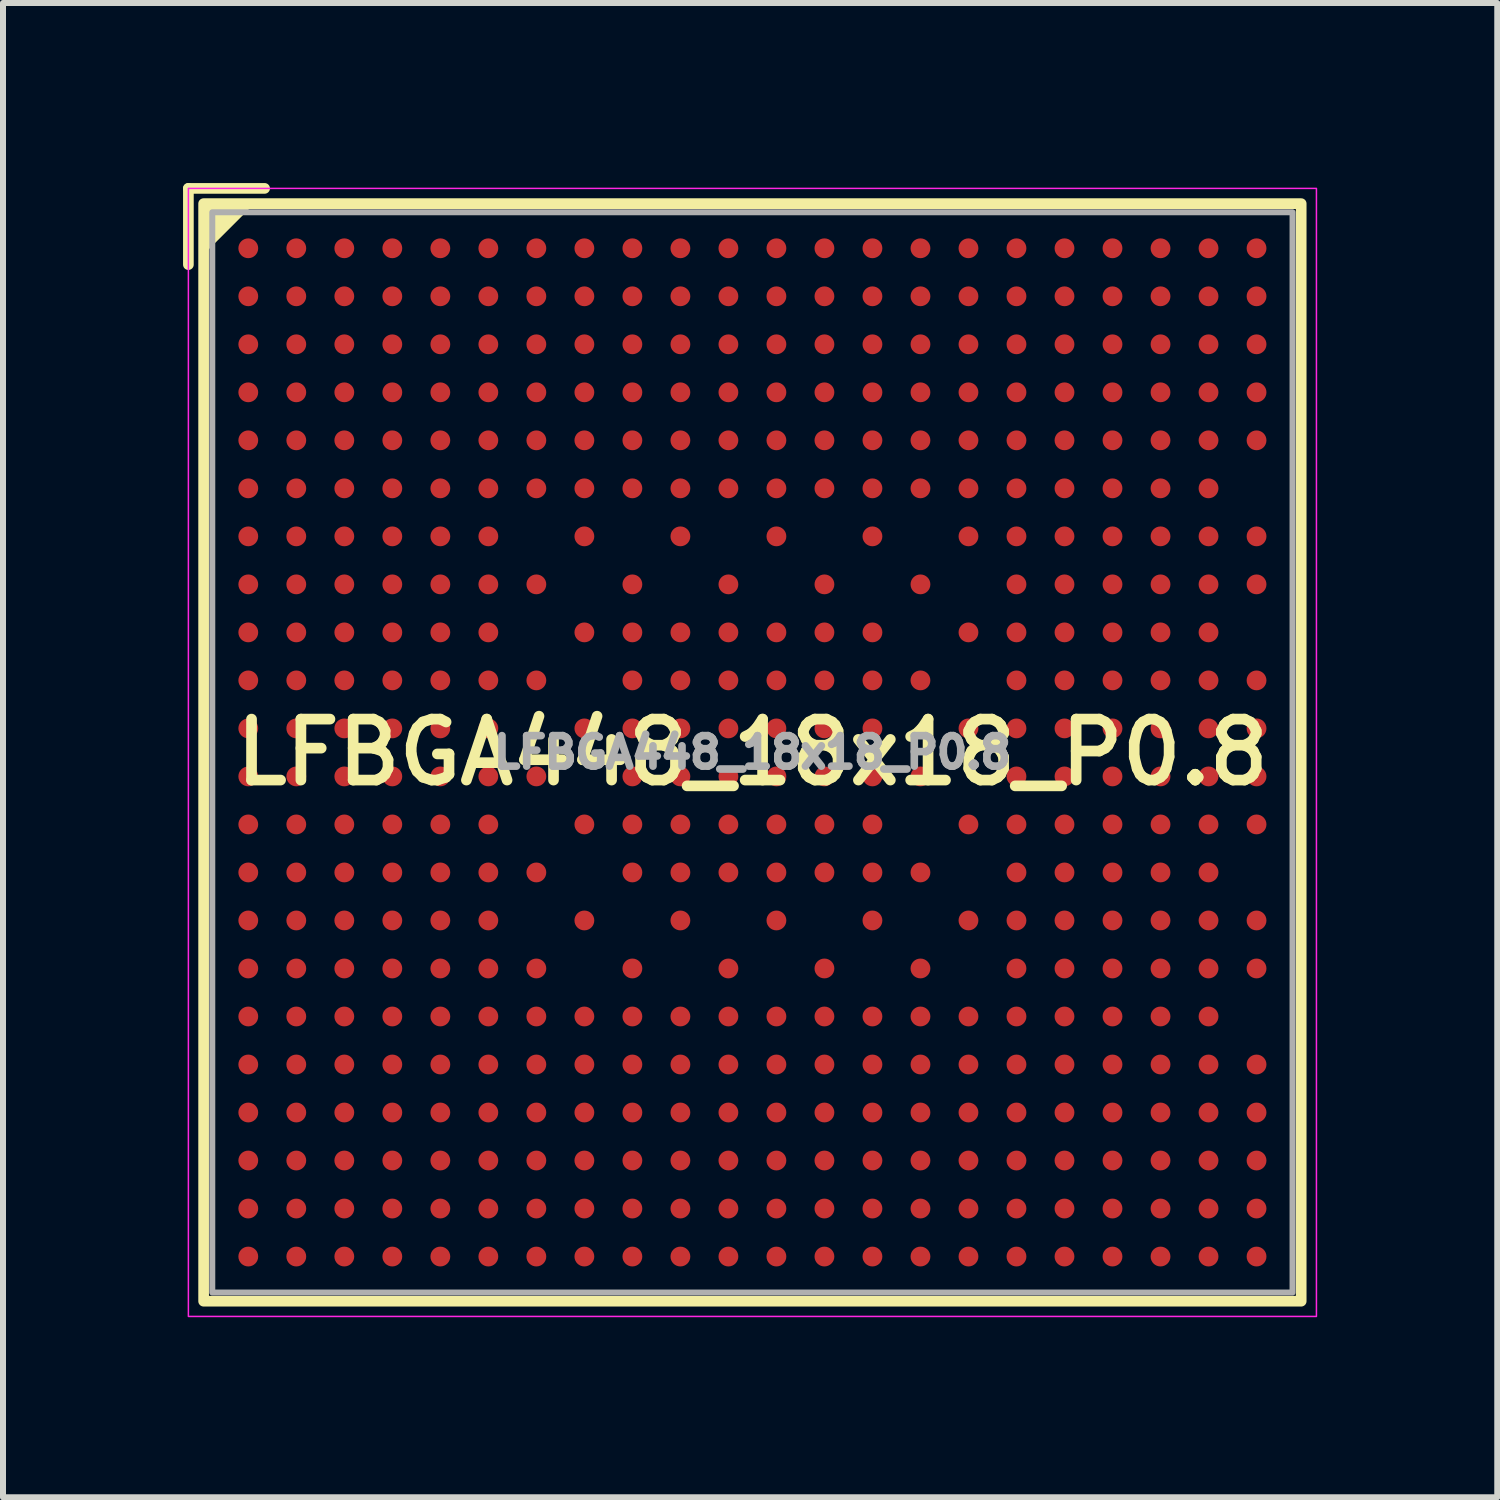
<source format=kicad_pcb>
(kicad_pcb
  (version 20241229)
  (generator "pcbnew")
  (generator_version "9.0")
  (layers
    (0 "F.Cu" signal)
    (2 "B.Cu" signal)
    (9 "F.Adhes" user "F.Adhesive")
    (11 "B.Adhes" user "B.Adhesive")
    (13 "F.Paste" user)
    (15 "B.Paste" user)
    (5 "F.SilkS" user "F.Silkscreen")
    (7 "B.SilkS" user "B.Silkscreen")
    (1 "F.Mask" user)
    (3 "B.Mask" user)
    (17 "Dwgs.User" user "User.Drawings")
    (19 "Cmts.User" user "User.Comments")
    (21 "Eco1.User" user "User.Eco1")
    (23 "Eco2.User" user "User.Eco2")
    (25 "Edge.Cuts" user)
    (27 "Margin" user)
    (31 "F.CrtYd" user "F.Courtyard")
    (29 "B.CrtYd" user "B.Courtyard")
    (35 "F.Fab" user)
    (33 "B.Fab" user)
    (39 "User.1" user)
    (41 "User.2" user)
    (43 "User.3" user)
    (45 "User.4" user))
  (footprint "LFBGA448_18x18_P0.8"
    (layer "F.Cu")
    (at 9.487 9.487)
    (property "Reference" "LFBGA448_18x18_P0.8" (at 0 0 0) (layer "F.SilkS") (effects (font (size 1.016 1.016) (thickness 0.178))))
    (attr smd)
    (fp_line (start -9.398 -8.128) (end -9.398 -9.398) (stroke (width 0.178) (type solid)) (layer "F.SilkS"))
    (fp_line (start -8.128 -9.398) (end -9.398 -9.398) (stroke (width 0.178) (type solid)) (layer "F.SilkS"))
    (fp_rect (start -9.144 9.144) (end 9.144 -9.144) (stroke (width 0.178) (type solid)) (fill no) (layer "F.SilkS"))
    (fp_poly (pts (xy -9.144 -8.382) (xy -9.144 -9.144) (xy -8.382 -9.144)) (stroke (width 0.12) (type solid)) (fill yes) (layer "F.SilkS"))
    (fp_rect (start 9.398 -9.398) (end -9.398 9.398) (stroke (width 0.025) (type solid)) (fill no) (layer "F.CrtYd"))
    (fp_rect (start -9 9) (end 9 -9) (stroke (width 0.1) (type solid)) (fill no) (layer "F.Fab"))
    (fp_text user "${REFERENCE}" (at 0 0 0) (layer "F.Fab") (effects (font (size 0.508 0.508) (thickness 0.127))))
    (pad "A1" smd circle (at -8.4 -8.4) (size 0.33 0.33) (layers "F.Cu" "F.Mask" "F.Paste"))
    (pad "A2" smd circle (at -7.6 -8.4) (size 0.33 0.33) (layers "F.Cu" "F.Mask" "F.Paste"))
    (pad "A3" smd circle (at -6.8 -8.4) (size 0.33 0.33) (layers "F.Cu" "F.Mask" "F.Paste"))
    (pad "A4" smd circle (at -6 -8.4) (size 0.33 0.33) (layers "F.Cu" "F.Mask" "F.Paste"))
    (pad "A5" smd circle (at -5.2 -8.4) (size 0.33 0.33) (layers "F.Cu" "F.Mask" "F.Paste"))
    (pad "A6" smd circle (at -4.4 -8.4) (size 0.33 0.33) (layers "F.Cu" "F.Mask" "F.Paste"))
    (pad "A7" smd circle (at -3.6 -8.4) (size 0.33 0.33) (layers "F.Cu" "F.Mask" "F.Paste"))
    (pad "A8" smd circle (at -2.8 -8.4) (size 0.33 0.33) (layers "F.Cu" "F.Mask" "F.Paste"))
    (pad "A9" smd circle (at -2 -8.4) (size 0.33 0.33) (layers "F.Cu" "F.Mask" "F.Paste"))
    (pad "A10" smd circle (at -1.2 -8.4) (size 0.33 0.33) (layers "F.Cu" "F.Mask" "F.Paste"))
    (pad "A11" smd circle (at -0.4 -8.4) (size 0.33 0.33) (layers "F.Cu" "F.Mask" "F.Paste"))
    (pad "A12" smd circle (at 0.4 -8.4) (size 0.33 0.33) (layers "F.Cu" "F.Mask" "F.Paste"))
    (pad "A13" smd circle (at 1.2 -8.4) (size 0.33 0.33) (layers "F.Cu" "F.Mask" "F.Paste"))
    (pad "A14" smd circle (at 2 -8.4) (size 0.33 0.33) (layers "F.Cu" "F.Mask" "F.Paste"))
    (pad "A15" smd circle (at 2.8 -8.4) (size 0.33 0.33) (layers "F.Cu" "F.Mask" "F.Paste"))
    (pad "A16" smd circle (at 3.6 -8.4) (size 0.33 0.33) (layers "F.Cu" "F.Mask" "F.Paste"))
    (pad "A17" smd circle (at 4.4 -8.4) (size 0.33 0.33) (layers "F.Cu" "F.Mask" "F.Paste"))
    (pad "A18" smd circle (at 5.2 -8.4) (size 0.33 0.33) (layers "F.Cu" "F.Mask" "F.Paste"))
    (pad "A19" smd circle (at 6 -8.4) (size 0.33 0.33) (layers "F.Cu" "F.Mask" "F.Paste"))
    (pad "A20" smd circle (at 6.8 -8.4) (size 0.33 0.33) (layers "F.Cu" "F.Mask" "F.Paste"))
    (pad "A21" smd circle (at 7.6 -8.4) (size 0.33 0.33) (layers "F.Cu" "F.Mask" "F.Paste"))
    (pad "A22" smd circle (at 8.4 -8.4) (size 0.33 0.33) (layers "F.Cu" "F.Mask" "F.Paste"))
    (pad "AA1" smd circle (at -8.4 7.6) (size 0.33 0.33) (layers "F.Cu" "F.Mask" "F.Paste"))
    (pad "AA2" smd circle (at -7.6 7.6) (size 0.33 0.33) (layers "F.Cu" "F.Mask" "F.Paste"))
    (pad "AA3" smd circle (at -6.8 7.6) (size 0.33 0.33) (layers "F.Cu" "F.Mask" "F.Paste"))
    (pad "AA4" smd circle (at -6 7.6) (size 0.33 0.33) (layers "F.Cu" "F.Mask" "F.Paste"))
    (pad "AA5" smd circle (at -5.2 7.6) (size 0.33 0.33) (layers "F.Cu" "F.Mask" "F.Paste"))
    (pad "AA6" smd circle (at -4.4 7.6) (size 0.33 0.33) (layers "F.Cu" "F.Mask" "F.Paste"))
    (pad "AA7" smd circle (at -3.6 7.6) (size 0.33 0.33) (layers "F.Cu" "F.Mask" "F.Paste"))
    (pad "AA8" smd circle (at -2.8 7.6) (size 0.33 0.33) (layers "F.Cu" "F.Mask" "F.Paste"))
    (pad "AA9" smd circle (at -2 7.6) (size 0.33 0.33) (layers "F.Cu" "F.Mask" "F.Paste"))
    (pad "AA10" smd circle (at -1.2 7.6) (size 0.33 0.33) (layers "F.Cu" "F.Mask" "F.Paste"))
    (pad "AA11" smd circle (at -0.4 7.6) (size 0.33 0.33) (layers "F.Cu" "F.Mask" "F.Paste"))
    (pad "AA12" smd circle (at 0.4 7.6) (size 0.33 0.33) (layers "F.Cu" "F.Mask" "F.Paste"))
    (pad "AA13" smd circle (at 1.2 7.6) (size 0.33 0.33) (layers "F.Cu" "F.Mask" "F.Paste"))
    (pad "AA14" smd circle (at 2 7.6) (size 0.33 0.33) (layers "F.Cu" "F.Mask" "F.Paste"))
    (pad "AA15" smd circle (at 2.8 7.6) (size 0.33 0.33) (layers "F.Cu" "F.Mask" "F.Paste"))
    (pad "AA16" smd circle (at 3.6 7.6) (size 0.33 0.33) (layers "F.Cu" "F.Mask" "F.Paste"))
    (pad "AA17" smd circle (at 4.4 7.6) (size 0.33 0.33) (layers "F.Cu" "F.Mask" "F.Paste"))
    (pad "AA18" smd circle (at 5.2 7.6) (size 0.33 0.33) (layers "F.Cu" "F.Mask" "F.Paste"))
    (pad "AA19" smd circle (at 6 7.6) (size 0.33 0.33) (layers "F.Cu" "F.Mask" "F.Paste"))
    (pad "AA20" smd circle (at 6.8 7.6) (size 0.33 0.33) (layers "F.Cu" "F.Mask" "F.Paste"))
    (pad "AA21" smd circle (at 7.6 7.6) (size 0.33 0.33) (layers "F.Cu" "F.Mask" "F.Paste"))
    (pad "AA22" smd circle (at 8.4 7.6) (size 0.33 0.33) (layers "F.Cu" "F.Mask" "F.Paste"))
    (pad "AB1" smd circle (at -8.4 8.4) (size 0.33 0.33) (layers "F.Cu" "F.Mask" "F.Paste"))
    (pad "AB2" smd circle (at -7.6 8.4) (size 0.33 0.33) (layers "F.Cu" "F.Mask" "F.Paste"))
    (pad "AB3" smd circle (at -6.8 8.4) (size 0.33 0.33) (layers "F.Cu" "F.Mask" "F.Paste"))
    (pad "AB4" smd circle (at -6 8.4) (size 0.33 0.33) (layers "F.Cu" "F.Mask" "F.Paste"))
    (pad "AB5" smd circle (at -5.2 8.4) (size 0.33 0.33) (layers "F.Cu" "F.Mask" "F.Paste"))
    (pad "AB6" smd circle (at -4.4 8.4) (size 0.33 0.33) (layers "F.Cu" "F.Mask" "F.Paste"))
    (pad "AB7" smd circle (at -3.6 8.4) (size 0.33 0.33) (layers "F.Cu" "F.Mask" "F.Paste"))
    (pad "AB8" smd circle (at -2.8 8.4) (size 0.33 0.33) (layers "F.Cu" "F.Mask" "F.Paste"))
    (pad "AB9" smd circle (at -2 8.4) (size 0.33 0.33) (layers "F.Cu" "F.Mask" "F.Paste"))
    (pad "AB10" smd circle (at -1.2 8.4) (size 0.33 0.33) (layers "F.Cu" "F.Mask" "F.Paste"))
    (pad "AB11" smd circle (at -0.4 8.4) (size 0.33 0.33) (layers "F.Cu" "F.Mask" "F.Paste"))
    (pad "AB12" smd circle (at 0.4 8.4) (size 0.33 0.33) (layers "F.Cu" "F.Mask" "F.Paste"))
    (pad "AB13" smd circle (at 1.2 8.4) (size 0.33 0.33) (layers "F.Cu" "F.Mask" "F.Paste"))
    (pad "AB14" smd circle (at 2 8.4) (size 0.33 0.33) (layers "F.Cu" "F.Mask" "F.Paste"))
    (pad "AB15" smd circle (at 2.8 8.4) (size 0.33 0.33) (layers "F.Cu" "F.Mask" "F.Paste"))
    (pad "AB16" smd circle (at 3.6 8.4) (size 0.33 0.33) (layers "F.Cu" "F.Mask" "F.Paste"))
    (pad "AB17" smd circle (at 4.4 8.4) (size 0.33 0.33) (layers "F.Cu" "F.Mask" "F.Paste"))
    (pad "AB18" smd circle (at 5.2 8.4) (size 0.33 0.33) (layers "F.Cu" "F.Mask" "F.Paste"))
    (pad "AB19" smd circle (at 6 8.4) (size 0.33 0.33) (layers "F.Cu" "F.Mask" "F.Paste"))
    (pad "AB20" smd circle (at 6.8 8.4) (size 0.33 0.33) (layers "F.Cu" "F.Mask" "F.Paste"))
    (pad "AB21" smd circle (at 7.6 8.4) (size 0.33 0.33) (layers "F.Cu" "F.Mask" "F.Paste"))
    (pad "AB22" smd circle (at 8.4 8.4) (size 0.33 0.33) (layers "F.Cu" "F.Mask" "F.Paste"))
    (pad "B1" smd circle (at -8.4 -7.6) (size 0.33 0.33) (layers "F.Cu" "F.Mask" "F.Paste"))
    (pad "B2" smd circle (at -7.6 -7.6) (size 0.33 0.33) (layers "F.Cu" "F.Mask" "F.Paste"))
    (pad "B3" smd circle (at -6.8 -7.6) (size 0.33 0.33) (layers "F.Cu" "F.Mask" "F.Paste"))
    (pad "B4" smd circle (at -6 -7.6) (size 0.33 0.33) (layers "F.Cu" "F.Mask" "F.Paste"))
    (pad "B5" smd circle (at -5.2 -7.6) (size 0.33 0.33) (layers "F.Cu" "F.Mask" "F.Paste"))
    (pad "B6" smd circle (at -4.4 -7.6) (size 0.33 0.33) (layers "F.Cu" "F.Mask" "F.Paste"))
    (pad "B7" smd circle (at -3.6 -7.6) (size 0.33 0.33) (layers "F.Cu" "F.Mask" "F.Paste"))
    (pad "B8" smd circle (at -2.8 -7.6) (size 0.33 0.33) (layers "F.Cu" "F.Mask" "F.Paste"))
    (pad "B9" smd circle (at -2 -7.6) (size 0.33 0.33) (layers "F.Cu" "F.Mask" "F.Paste"))
    (pad "B10" smd circle (at -1.2 -7.6) (size 0.33 0.33) (layers "F.Cu" "F.Mask" "F.Paste"))
    (pad "B11" smd circle (at -0.4 -7.6) (size 0.33 0.33) (layers "F.Cu" "F.Mask" "F.Paste"))
    (pad "B12" smd circle (at 0.4 -7.6) (size 0.33 0.33) (layers "F.Cu" "F.Mask" "F.Paste"))
    (pad "B13" smd circle (at 1.2 -7.6) (size 0.33 0.33) (layers "F.Cu" "F.Mask" "F.Paste"))
    (pad "B14" smd circle (at 2 -7.6) (size 0.33 0.33) (layers "F.Cu" "F.Mask" "F.Paste"))
    (pad "B15" smd circle (at 2.8 -7.6) (size 0.33 0.33) (layers "F.Cu" "F.Mask" "F.Paste"))
    (pad "B16" smd circle (at 3.6 -7.6) (size 0.33 0.33) (layers "F.Cu" "F.Mask" "F.Paste"))
    (pad "B17" smd circle (at 4.4 -7.6) (size 0.33 0.33) (layers "F.Cu" "F.Mask" "F.Paste"))
    (pad "B18" smd circle (at 5.2 -7.6) (size 0.33 0.33) (layers "F.Cu" "F.Mask" "F.Paste"))
    (pad "B19" smd circle (at 6 -7.6) (size 0.33 0.33) (layers "F.Cu" "F.Mask" "F.Paste"))
    (pad "B20" smd circle (at 6.8 -7.6) (size 0.33 0.33) (layers "F.Cu" "F.Mask" "F.Paste"))
    (pad "B21" smd circle (at 7.6 -7.6) (size 0.33 0.33) (layers "F.Cu" "F.Mask" "F.Paste"))
    (pad "B22" smd circle (at 8.4 -7.6) (size 0.33 0.33) (layers "F.Cu" "F.Mask" "F.Paste"))
    (pad "C1" smd circle (at -8.4 -6.8) (size 0.33 0.33) (layers "F.Cu" "F.Mask" "F.Paste"))
    (pad "C2" smd circle (at -7.6 -6.8) (size 0.33 0.33) (layers "F.Cu" "F.Mask" "F.Paste"))
    (pad "C3" smd circle (at -6.8 -6.8) (size 0.33 0.33) (layers "F.Cu" "F.Mask" "F.Paste"))
    (pad "C4" smd circle (at -6 -6.8) (size 0.33 0.33) (layers "F.Cu" "F.Mask" "F.Paste"))
    (pad "C5" smd circle (at -5.2 -6.8) (size 0.33 0.33) (layers "F.Cu" "F.Mask" "F.Paste"))
    (pad "C6" smd circle (at -4.4 -6.8) (size 0.33 0.33) (layers "F.Cu" "F.Mask" "F.Paste"))
    (pad "C7" smd circle (at -3.6 -6.8) (size 0.33 0.33) (layers "F.Cu" "F.Mask" "F.Paste"))
    (pad "C8" smd circle (at -2.8 -6.8) (size 0.33 0.33) (layers "F.Cu" "F.Mask" "F.Paste"))
    (pad "C9" smd circle (at -2 -6.8) (size 0.33 0.33) (layers "F.Cu" "F.Mask" "F.Paste"))
    (pad "C10" smd circle (at -1.2 -6.8) (size 0.33 0.33) (layers "F.Cu" "F.Mask" "F.Paste"))
    (pad "C11" smd circle (at -0.4 -6.8) (size 0.33 0.33) (layers "F.Cu" "F.Mask" "F.Paste"))
    (pad "C12" smd circle (at 0.4 -6.8) (size 0.33 0.33) (layers "F.Cu" "F.Mask" "F.Paste"))
    (pad "C13" smd circle (at 1.2 -6.8) (size 0.33 0.33) (layers "F.Cu" "F.Mask" "F.Paste"))
    (pad "C14" smd circle (at 2 -6.8) (size 0.33 0.33) (layers "F.Cu" "F.Mask" "F.Paste"))
    (pad "C15" smd circle (at 2.8 -6.8) (size 0.33 0.33) (layers "F.Cu" "F.Mask" "F.Paste"))
    (pad "C16" smd circle (at 3.6 -6.8) (size 0.33 0.33) (layers "F.Cu" "F.Mask" "F.Paste"))
    (pad "C17" smd circle (at 4.4 -6.8) (size 0.33 0.33) (layers "F.Cu" "F.Mask" "F.Paste"))
    (pad "C18" smd circle (at 5.2 -6.8) (size 0.33 0.33) (layers "F.Cu" "F.Mask" "F.Paste"))
    (pad "C19" smd circle (at 6 -6.8) (size 0.33 0.33) (layers "F.Cu" "F.Mask" "F.Paste"))
    (pad "C20" smd circle (at 6.8 -6.8) (size 0.33 0.33) (layers "F.Cu" "F.Mask" "F.Paste"))
    (pad "C21" smd circle (at 7.6 -6.8) (size 0.33 0.33) (layers "F.Cu" "F.Mask" "F.Paste"))
    (pad "C22" smd circle (at 8.4 -6.8) (size 0.33 0.33) (layers "F.Cu" "F.Mask" "F.Paste"))
    (pad "D1" smd circle (at -8.4 -6) (size 0.33 0.33) (layers "F.Cu" "F.Mask" "F.Paste"))
    (pad "D2" smd circle (at -7.6 -6) (size 0.33 0.33) (layers "F.Cu" "F.Mask" "F.Paste"))
    (pad "D3" smd circle (at -6.8 -6) (size 0.33 0.33) (layers "F.Cu" "F.Mask" "F.Paste"))
    (pad "D4" smd circle (at -6 -6) (size 0.33 0.33) (layers "F.Cu" "F.Mask" "F.Paste"))
    (pad "D5" smd circle (at -5.2 -6) (size 0.33 0.33) (layers "F.Cu" "F.Mask" "F.Paste"))
    (pad "D6" smd circle (at -4.4 -6) (size 0.33 0.33) (layers "F.Cu" "F.Mask" "F.Paste"))
    (pad "D7" smd circle (at -3.6 -6) (size 0.33 0.33) (layers "F.Cu" "F.Mask" "F.Paste"))
    (pad "D8" smd circle (at -2.8 -6) (size 0.33 0.33) (layers "F.Cu" "F.Mask" "F.Paste"))
    (pad "D9" smd circle (at -2 -6) (size 0.33 0.33) (layers "F.Cu" "F.Mask" "F.Paste"))
    (pad "D10" smd circle (at -1.2 -6) (size 0.33 0.33) (layers "F.Cu" "F.Mask" "F.Paste"))
    (pad "D11" smd circle (at -0.4 -6) (size 0.33 0.33) (layers "F.Cu" "F.Mask" "F.Paste"))
    (pad "D12" smd circle (at 0.4 -6) (size 0.33 0.33) (layers "F.Cu" "F.Mask" "F.Paste"))
    (pad "D13" smd circle (at 1.2 -6) (size 0.33 0.33) (layers "F.Cu" "F.Mask" "F.Paste"))
    (pad "D14" smd circle (at 2 -6) (size 0.33 0.33) (layers "F.Cu" "F.Mask" "F.Paste"))
    (pad "D15" smd circle (at 2.8 -6) (size 0.33 0.33) (layers "F.Cu" "F.Mask" "F.Paste"))
    (pad "D16" smd circle (at 3.6 -6) (size 0.33 0.33) (layers "F.Cu" "F.Mask" "F.Paste"))
    (pad "D17" smd circle (at 4.4 -6) (size 0.33 0.33) (layers "F.Cu" "F.Mask" "F.Paste"))
    (pad "D18" smd circle (at 5.2 -6) (size 0.33 0.33) (layers "F.Cu" "F.Mask" "F.Paste"))
    (pad "D19" smd circle (at 6 -6) (size 0.33 0.33) (layers "F.Cu" "F.Mask" "F.Paste"))
    (pad "D20" smd circle (at 6.8 -6) (size 0.33 0.33) (layers "F.Cu" "F.Mask" "F.Paste"))
    (pad "D21" smd circle (at 7.6 -6) (size 0.33 0.33) (layers "F.Cu" "F.Mask" "F.Paste"))
    (pad "D22" smd circle (at 8.4 -6) (size 0.33 0.33) (layers "F.Cu" "F.Mask" "F.Paste"))
    (pad "E1" smd circle (at -8.4 -5.2) (size 0.33 0.33) (layers "F.Cu" "F.Mask" "F.Paste"))
    (pad "E2" smd circle (at -7.6 -5.2) (size 0.33 0.33) (layers "F.Cu" "F.Mask" "F.Paste"))
    (pad "E3" smd circle (at -6.8 -5.2) (size 0.33 0.33) (layers "F.Cu" "F.Mask" "F.Paste"))
    (pad "E4" smd circle (at -6 -5.2) (size 0.33 0.33) (layers "F.Cu" "F.Mask" "F.Paste"))
    (pad "E5" smd circle (at -5.2 -5.2) (size 0.33 0.33) (layers "F.Cu" "F.Mask" "F.Paste"))
    (pad "E6" smd circle (at -4.4 -5.2) (size 0.33 0.33) (layers "F.Cu" "F.Mask" "F.Paste"))
    (pad "E7" smd circle (at -3.6 -5.2) (size 0.33 0.33) (layers "F.Cu" "F.Mask" "F.Paste"))
    (pad "E8" smd circle (at -2.8 -5.2) (size 0.33 0.33) (layers "F.Cu" "F.Mask" "F.Paste"))
    (pad "E9" smd circle (at -2 -5.2) (size 0.33 0.33) (layers "F.Cu" "F.Mask" "F.Paste"))
    (pad "E10" smd circle (at -1.2 -5.2) (size 0.33 0.33) (layers "F.Cu" "F.Mask" "F.Paste"))
    (pad "E11" smd circle (at -0.4 -5.2) (size 0.33 0.33) (layers "F.Cu" "F.Mask" "F.Paste"))
    (pad "E12" smd circle (at 0.4 -5.2) (size 0.33 0.33) (layers "F.Cu" "F.Mask" "F.Paste"))
    (pad "E13" smd circle (at 1.2 -5.2) (size 0.33 0.33) (layers "F.Cu" "F.Mask" "F.Paste"))
    (pad "E14" smd circle (at 2 -5.2) (size 0.33 0.33) (layers "F.Cu" "F.Mask" "F.Paste"))
    (pad "E15" smd circle (at 2.8 -5.2) (size 0.33 0.33) (layers "F.Cu" "F.Mask" "F.Paste"))
    (pad "E16" smd circle (at 3.6 -5.2) (size 0.33 0.33) (layers "F.Cu" "F.Mask" "F.Paste"))
    (pad "E17" smd circle (at 4.4 -5.2) (size 0.33 0.33) (layers "F.Cu" "F.Mask" "F.Paste"))
    (pad "E18" smd circle (at 5.2 -5.2) (size 0.33 0.33) (layers "F.Cu" "F.Mask" "F.Paste"))
    (pad "E19" smd circle (at 6 -5.2) (size 0.33 0.33) (layers "F.Cu" "F.Mask" "F.Paste"))
    (pad "E20" smd circle (at 6.8 -5.2) (size 0.33 0.33) (layers "F.Cu" "F.Mask" "F.Paste"))
    (pad "E21" smd circle (at 7.6 -5.2) (size 0.33 0.33) (layers "F.Cu" "F.Mask" "F.Paste"))
    (pad "E22" smd circle (at 8.4 -5.2) (size 0.33 0.33) (layers "F.Cu" "F.Mask" "F.Paste"))
    (pad "F1" smd circle (at -8.4 -4.4) (size 0.33 0.33) (layers "F.Cu" "F.Mask" "F.Paste"))
    (pad "F2" smd circle (at -7.6 -4.4) (size 0.33 0.33) (layers "F.Cu" "F.Mask" "F.Paste"))
    (pad "F3" smd circle (at -6.8 -4.4) (size 0.33 0.33) (layers "F.Cu" "F.Mask" "F.Paste"))
    (pad "F4" smd circle (at -6 -4.4) (size 0.33 0.33) (layers "F.Cu" "F.Mask" "F.Paste"))
    (pad "F5" smd circle (at -5.2 -4.4) (size 0.33 0.33) (layers "F.Cu" "F.Mask" "F.Paste"))
    (pad "F6" smd circle (at -4.4 -4.4) (size 0.33 0.33) (layers "F.Cu" "F.Mask" "F.Paste"))
    (pad "F7" smd circle (at -3.6 -4.4) (size 0.33 0.33) (layers "F.Cu" "F.Mask" "F.Paste"))
    (pad "F8" smd circle (at -2.8 -4.4) (size 0.33 0.33) (layers "F.Cu" "F.Mask" "F.Paste"))
    (pad "F9" smd circle (at -2 -4.4) (size 0.33 0.33) (layers "F.Cu" "F.Mask" "F.Paste"))
    (pad "F10" smd circle (at -1.2 -4.4) (size 0.33 0.33) (layers "F.Cu" "F.Mask" "F.Paste"))
    (pad "F11" smd circle (at -0.4 -4.4) (size 0.33 0.33) (layers "F.Cu" "F.Mask" "F.Paste"))
    (pad "F12" smd circle (at 0.4 -4.4) (size 0.33 0.33) (layers "F.Cu" "F.Mask" "F.Paste"))
    (pad "F13" smd circle (at 1.2 -4.4) (size 0.33 0.33) (layers "F.Cu" "F.Mask" "F.Paste"))
    (pad "F14" smd circle (at 2 -4.4) (size 0.33 0.33) (layers "F.Cu" "F.Mask" "F.Paste"))
    (pad "F15" smd circle (at 2.8 -4.4) (size 0.33 0.33) (layers "F.Cu" "F.Mask" "F.Paste"))
    (pad "F16" smd circle (at 3.6 -4.4) (size 0.33 0.33) (layers "F.Cu" "F.Mask" "F.Paste"))
    (pad "F17" smd circle (at 4.4 -4.4) (size 0.33 0.33) (layers "F.Cu" "F.Mask" "F.Paste"))
    (pad "F18" smd circle (at 5.2 -4.4) (size 0.33 0.33) (layers "F.Cu" "F.Mask" "F.Paste"))
    (pad "F19" smd circle (at 6 -4.4) (size 0.33 0.33) (layers "F.Cu" "F.Mask" "F.Paste"))
    (pad "F20" smd circle (at 6.8 -4.4) (size 0.33 0.33) (layers "F.Cu" "F.Mask" "F.Paste"))
    (pad "F21" smd circle (at 7.6 -4.4) (size 0.33 0.33) (layers "F.Cu" "F.Mask" "F.Paste"))
    (pad "G1" smd circle (at -8.4 -3.6) (size 0.33 0.33) (layers "F.Cu" "F.Mask" "F.Paste"))
    (pad "G2" smd circle (at -7.6 -3.6) (size 0.33 0.33) (layers "F.Cu" "F.Mask" "F.Paste"))
    (pad "G3" smd circle (at -6.8 -3.6) (size 0.33 0.33) (layers "F.Cu" "F.Mask" "F.Paste"))
    (pad "G4" smd circle (at -6 -3.6) (size 0.33 0.33) (layers "F.Cu" "F.Mask" "F.Paste"))
    (pad "G5" smd circle (at -5.2 -3.6) (size 0.33 0.33) (layers "F.Cu" "F.Mask" "F.Paste"))
    (pad "G6" smd circle (at -4.4 -3.6) (size 0.33 0.33) (layers "F.Cu" "F.Mask" "F.Paste"))
    (pad "G8" smd circle (at -2.8 -3.6) (size 0.33 0.33) (layers "F.Cu" "F.Mask" "F.Paste"))
    (pad "G10" smd circle (at -1.2 -3.6) (size 0.33 0.33) (layers "F.Cu" "F.Mask" "F.Paste"))
    (pad "G12" smd circle (at 0.4 -3.6) (size 0.33 0.33) (layers "F.Cu" "F.Mask" "F.Paste"))
    (pad "G14" smd circle (at 2 -3.6) (size 0.33 0.33) (layers "F.Cu" "F.Mask" "F.Paste"))
    (pad "G16" smd circle (at 3.6 -3.6) (size 0.33 0.33) (layers "F.Cu" "F.Mask" "F.Paste"))
    (pad "G17" smd circle (at 4.4 -3.6) (size 0.33 0.33) (layers "F.Cu" "F.Mask" "F.Paste"))
    (pad "G18" smd circle (at 5.2 -3.6) (size 0.33 0.33) (layers "F.Cu" "F.Mask" "F.Paste"))
    (pad "G19" smd circle (at 6 -3.6) (size 0.33 0.33) (layers "F.Cu" "F.Mask" "F.Paste"))
    (pad "G20" smd circle (at 6.8 -3.6) (size 0.33 0.33) (layers "F.Cu" "F.Mask" "F.Paste"))
    (pad "G21" smd circle (at 7.6 -3.6) (size 0.33 0.33) (layers "F.Cu" "F.Mask" "F.Paste"))
    (pad "G22" smd circle (at 8.4 -3.6) (size 0.33 0.33) (layers "F.Cu" "F.Mask" "F.Paste"))
    (pad "H1" smd circle (at -8.4 -2.8) (size 0.33 0.33) (layers "F.Cu" "F.Mask" "F.Paste"))
    (pad "H2" smd circle (at -7.6 -2.8) (size 0.33 0.33) (layers "F.Cu" "F.Mask" "F.Paste"))
    (pad "H3" smd circle (at -6.8 -2.8) (size 0.33 0.33) (layers "F.Cu" "F.Mask" "F.Paste"))
    (pad "H4" smd circle (at -6 -2.8) (size 0.33 0.33) (layers "F.Cu" "F.Mask" "F.Paste"))
    (pad "H5" smd circle (at -5.2 -2.8) (size 0.33 0.33) (layers "F.Cu" "F.Mask" "F.Paste"))
    (pad "H6" smd circle (at -4.4 -2.8) (size 0.33 0.33) (layers "F.Cu" "F.Mask" "F.Paste"))
    (pad "H7" smd circle (at -3.6 -2.8) (size 0.33 0.33) (layers "F.Cu" "F.Mask" "F.Paste"))
    (pad "H9" smd circle (at -2 -2.8) (size 0.33 0.33) (layers "F.Cu" "F.Mask" "F.Paste"))
    (pad "H11" smd circle (at -0.4 -2.8) (size 0.33 0.33) (layers "F.Cu" "F.Mask" "F.Paste"))
    (pad "H13" smd circle (at 1.2 -2.8) (size 0.33 0.33) (layers "F.Cu" "F.Mask" "F.Paste"))
    (pad "H15" smd circle (at 2.8 -2.8) (size 0.33 0.33) (layers "F.Cu" "F.Mask" "F.Paste"))
    (pad "H17" smd circle (at 4.4 -2.8) (size 0.33 0.33) (layers "F.Cu" "F.Mask" "F.Paste"))
    (pad "H18" smd circle (at 5.2 -2.8) (size 0.33 0.33) (layers "F.Cu" "F.Mask" "F.Paste"))
    (pad "H19" smd circle (at 6 -2.8) (size 0.33 0.33) (layers "F.Cu" "F.Mask" "F.Paste"))
    (pad "H20" smd circle (at 6.8 -2.8) (size 0.33 0.33) (layers "F.Cu" "F.Mask" "F.Paste"))
    (pad "H21" smd circle (at 7.6 -2.8) (size 0.33 0.33) (layers "F.Cu" "F.Mask" "F.Paste"))
    (pad "H22" smd circle (at 8.4 -2.8) (size 0.33 0.33) (layers "F.Cu" "F.Mask" "F.Paste"))
    (pad "J1" smd circle (at -8.4 -2) (size 0.33 0.33) (layers "F.Cu" "F.Mask" "F.Paste"))
    (pad "J2" smd circle (at -7.6 -2) (size 0.33 0.33) (layers "F.Cu" "F.Mask" "F.Paste"))
    (pad "J3" smd circle (at -6.8 -2) (size 0.33 0.33) (layers "F.Cu" "F.Mask" "F.Paste"))
    (pad "J4" smd circle (at -6 -2) (size 0.33 0.33) (layers "F.Cu" "F.Mask" "F.Paste"))
    (pad "J5" smd circle (at -5.2 -2) (size 0.33 0.33) (layers "F.Cu" "F.Mask" "F.Paste"))
    (pad "J6" smd circle (at -4.4 -2) (size 0.33 0.33) (layers "F.Cu" "F.Mask" "F.Paste"))
    (pad "J8" smd circle (at -2.8 -2) (size 0.33 0.33) (layers "F.Cu" "F.Mask" "F.Paste"))
    (pad "J9" smd circle (at -2 -2) (size 0.33 0.33) (layers "F.Cu" "F.Mask" "F.Paste"))
    (pad "J10" smd circle (at -1.2 -2) (size 0.33 0.33) (layers "F.Cu" "F.Mask" "F.Paste"))
    (pad "J11" smd circle (at -0.4 -2) (size 0.33 0.33) (layers "F.Cu" "F.Mask" "F.Paste"))
    (pad "J12" smd circle (at 0.4 -2) (size 0.33 0.33) (layers "F.Cu" "F.Mask" "F.Paste"))
    (pad "J13" smd circle (at 1.2 -2) (size 0.33 0.33) (layers "F.Cu" "F.Mask" "F.Paste"))
    (pad "J14" smd circle (at 2 -2) (size 0.33 0.33) (layers "F.Cu" "F.Mask" "F.Paste"))
    (pad "J16" smd circle (at 3.6 -2) (size 0.33 0.33) (layers "F.Cu" "F.Mask" "F.Paste"))
    (pad "J17" smd circle (at 4.4 -2) (size 0.33 0.33) (layers "F.Cu" "F.Mask" "F.Paste"))
    (pad "J18" smd circle (at 5.2 -2) (size 0.33 0.33) (layers "F.Cu" "F.Mask" "F.Paste"))
    (pad "J19" smd circle (at 6 -2) (size 0.33 0.33) (layers "F.Cu" "F.Mask" "F.Paste"))
    (pad "J20" smd circle (at 6.8 -2) (size 0.33 0.33) (layers "F.Cu" "F.Mask" "F.Paste"))
    (pad "J21" smd circle (at 7.6 -2) (size 0.33 0.33) (layers "F.Cu" "F.Mask" "F.Paste"))
    (pad "K1" smd circle (at -8.4 -1.2) (size 0.33 0.33) (layers "F.Cu" "F.Mask" "F.Paste"))
    (pad "K2" smd circle (at -7.6 -1.2) (size 0.33 0.33) (layers "F.Cu" "F.Mask" "F.Paste"))
    (pad "K3" smd circle (at -6.8 -1.2) (size 0.33 0.33) (layers "F.Cu" "F.Mask" "F.Paste"))
    (pad "K4" smd circle (at -6 -1.2) (size 0.33 0.33) (layers "F.Cu" "F.Mask" "F.Paste"))
    (pad "K5" smd circle (at -5.2 -1.2) (size 0.33 0.33) (layers "F.Cu" "F.Mask" "F.Paste"))
    (pad "K6" smd circle (at -4.4 -1.2) (size 0.33 0.33) (layers "F.Cu" "F.Mask" "F.Paste"))
    (pad "K7" smd circle (at -3.6 -1.2) (size 0.33 0.33) (layers "F.Cu" "F.Mask" "F.Paste"))
    (pad "K9" smd circle (at -2 -1.2) (size 0.33 0.33) (layers "F.Cu" "F.Mask" "F.Paste"))
    (pad "K10" smd circle (at -1.2 -1.2) (size 0.33 0.33) (layers "F.Cu" "F.Mask" "F.Paste"))
    (pad "K11" smd circle (at -0.4 -1.2) (size 0.33 0.33) (layers "F.Cu" "F.Mask" "F.Paste"))
    (pad "K12" smd circle (at 0.4 -1.2) (size 0.33 0.33) (layers "F.Cu" "F.Mask" "F.Paste"))
    (pad "K13" smd circle (at 1.2 -1.2) (size 0.33 0.33) (layers "F.Cu" "F.Mask" "F.Paste"))
    (pad "K14" smd circle (at 2 -1.2) (size 0.33 0.33) (layers "F.Cu" "F.Mask" "F.Paste"))
    (pad "K15" smd circle (at 2.8 -1.2) (size 0.33 0.33) (layers "F.Cu" "F.Mask" "F.Paste"))
    (pad "K17" smd circle (at 4.4 -1.2) (size 0.33 0.33) (layers "F.Cu" "F.Mask" "F.Paste"))
    (pad "K18" smd circle (at 5.2 -1.2) (size 0.33 0.33) (layers "F.Cu" "F.Mask" "F.Paste"))
    (pad "K19" smd circle (at 6 -1.2) (size 0.33 0.33) (layers "F.Cu" "F.Mask" "F.Paste"))
    (pad "K20" smd circle (at 6.8 -1.2) (size 0.33 0.33) (layers "F.Cu" "F.Mask" "F.Paste"))
    (pad "K21" smd circle (at 7.6 -1.2) (size 0.33 0.33) (layers "F.Cu" "F.Mask" "F.Paste"))
    (pad "K22" smd circle (at 8.4 -1.2) (size 0.33 0.33) (layers "F.Cu" "F.Mask" "F.Paste"))
    (pad "L1" smd circle (at -8.4 -0.4) (size 0.33 0.33) (layers "F.Cu" "F.Mask" "F.Paste"))
    (pad "L2" smd circle (at -7.6 -0.4) (size 0.33 0.33) (layers "F.Cu" "F.Mask" "F.Paste"))
    (pad "L3" smd circle (at -6.8 -0.4) (size 0.33 0.33) (layers "F.Cu" "F.Mask" "F.Paste"))
    (pad "L4" smd circle (at -6 -0.4) (size 0.33 0.33) (layers "F.Cu" "F.Mask" "F.Paste"))
    (pad "L5" smd circle (at -5.2 -0.4) (size 0.33 0.33) (layers "F.Cu" "F.Mask" "F.Paste"))
    (pad "L6" smd circle (at -4.4 -0.4) (size 0.33 0.33) (layers "F.Cu" "F.Mask" "F.Paste"))
    (pad "L8" smd circle (at -2.8 -0.4) (size 0.33 0.33) (layers "F.Cu" "F.Mask" "F.Paste"))
    (pad "L9" smd circle (at -2 -0.4) (size 0.33 0.33) (layers "F.Cu" "F.Mask" "F.Paste"))
    (pad "L10" smd circle (at -1.2 -0.4) (size 0.33 0.33) (layers "F.Cu" "F.Mask" "F.Paste"))
    (pad "L11" smd circle (at -0.4 -0.4) (size 0.33 0.33) (layers "F.Cu" "F.Mask" "F.Paste"))
    (pad "L12" smd circle (at 0.4 -0.4) (size 0.33 0.33) (layers "F.Cu" "F.Mask" "F.Paste"))
    (pad "L13" smd circle (at 1.2 -0.4) (size 0.33 0.33) (layers "F.Cu" "F.Mask" "F.Paste"))
    (pad "L14" smd circle (at 2 -0.4) (size 0.33 0.33) (layers "F.Cu" "F.Mask" "F.Paste"))
    (pad "L16" smd circle (at 3.6 -0.4) (size 0.33 0.33) (layers "F.Cu" "F.Mask" "F.Paste"))
    (pad "L17" smd circle (at 4.4 -0.4) (size 0.33 0.33) (layers "F.Cu" "F.Mask" "F.Paste"))
    (pad "L18" smd circle (at 5.2 -0.4) (size 0.33 0.33) (layers "F.Cu" "F.Mask" "F.Paste"))
    (pad "L19" smd circle (at 6 -0.4) (size 0.33 0.33) (layers "F.Cu" "F.Mask" "F.Paste"))
    (pad "L20" smd circle (at 6.8 -0.4) (size 0.33 0.33) (layers "F.Cu" "F.Mask" "F.Paste"))
    (pad "L21" smd circle (at 7.6 -0.4) (size 0.33 0.33) (layers "F.Cu" "F.Mask" "F.Paste"))
    (pad "L22" smd circle (at 8.4 -0.4) (size 0.33 0.33) (layers "F.Cu" "F.Mask" "F.Paste"))
    (pad "M1" smd circle (at -8.4 0.4) (size 0.33 0.33) (layers "F.Cu" "F.Mask" "F.Paste"))
    (pad "M2" smd circle (at -7.6 0.4) (size 0.33 0.33) (layers "F.Cu" "F.Mask" "F.Paste"))
    (pad "M3" smd circle (at -6.8 0.4) (size 0.33 0.33) (layers "F.Cu" "F.Mask" "F.Paste"))
    (pad "M4" smd circle (at -6 0.4) (size 0.33 0.33) (layers "F.Cu" "F.Mask" "F.Paste"))
    (pad "M5" smd circle (at -5.2 0.4) (size 0.33 0.33) (layers "F.Cu" "F.Mask" "F.Paste"))
    (pad "M6" smd circle (at -4.4 0.4) (size 0.33 0.33) (layers "F.Cu" "F.Mask" "F.Paste"))
    (pad "M7" smd circle (at -3.6 0.4) (size 0.33 0.33) (layers "F.Cu" "F.Mask" "F.Paste"))
    (pad "M9" smd circle (at -2 0.4) (size 0.33 0.33) (layers "F.Cu" "F.Mask" "F.Paste"))
    (pad "M10" smd circle (at -1.2 0.4) (size 0.33 0.33) (layers "F.Cu" "F.Mask" "F.Paste"))
    (pad "M11" smd circle (at -0.4 0.4) (size 0.33 0.33) (layers "F.Cu" "F.Mask" "F.Paste"))
    (pad "M12" smd circle (at 0.4 0.4) (size 0.33 0.33) (layers "F.Cu" "F.Mask" "F.Paste"))
    (pad "M13" smd circle (at 1.2 0.4) (size 0.33 0.33) (layers "F.Cu" "F.Mask" "F.Paste"))
    (pad "M14" smd circle (at 2 0.4) (size 0.33 0.33) (layers "F.Cu" "F.Mask" "F.Paste"))
    (pad "M15" smd circle (at 2.8 0.4) (size 0.33 0.33) (layers "F.Cu" "F.Mask" "F.Paste"))
    (pad "M17" smd circle (at 4.4 0.4) (size 0.33 0.33) (layers "F.Cu" "F.Mask" "F.Paste"))
    (pad "M18" smd circle (at 5.2 0.4) (size 0.33 0.33) (layers "F.Cu" "F.Mask" "F.Paste"))
    (pad "M19" smd circle (at 6 0.4) (size 0.33 0.33) (layers "F.Cu" "F.Mask" "F.Paste"))
    (pad "M20" smd circle (at 6.8 0.4) (size 0.33 0.33) (layers "F.Cu" "F.Mask" "F.Paste"))
    (pad "M21" smd circle (at 7.6 0.4) (size 0.33 0.33) (layers "F.Cu" "F.Mask" "F.Paste"))
    (pad "M22" smd circle (at 8.4 0.4) (size 0.33 0.33) (layers "F.Cu" "F.Mask" "F.Paste"))
    (pad "N1" smd circle (at -8.4 1.2) (size 0.33 0.33) (layers "F.Cu" "F.Mask" "F.Paste"))
    (pad "N2" smd circle (at -7.6 1.2) (size 0.33 0.33) (layers "F.Cu" "F.Mask" "F.Paste"))
    (pad "N3" smd circle (at -6.8 1.2) (size 0.33 0.33) (layers "F.Cu" "F.Mask" "F.Paste"))
    (pad "N4" smd circle (at -6 1.2) (size 0.33 0.33) (layers "F.Cu" "F.Mask" "F.Paste"))
    (pad "N5" smd circle (at -5.2 1.2) (size 0.33 0.33) (layers "F.Cu" "F.Mask" "F.Paste"))
    (pad "N6" smd circle (at -4.4 1.2) (size 0.33 0.33) (layers "F.Cu" "F.Mask" "F.Paste"))
    (pad "N8" smd circle (at -2.8 1.2) (size 0.33 0.33) (layers "F.Cu" "F.Mask" "F.Paste"))
    (pad "N9" smd circle (at -2 1.2) (size 0.33 0.33) (layers "F.Cu" "F.Mask" "F.Paste"))
    (pad "N10" smd circle (at -1.2 1.2) (size 0.33 0.33) (layers "F.Cu" "F.Mask" "F.Paste"))
    (pad "N11" smd circle (at -0.4 1.2) (size 0.33 0.33) (layers "F.Cu" "F.Mask" "F.Paste"))
    (pad "N12" smd circle (at 0.4 1.2) (size 0.33 0.33) (layers "F.Cu" "F.Mask" "F.Paste"))
    (pad "N13" smd circle (at 1.2 1.2) (size 0.33 0.33) (layers "F.Cu" "F.Mask" "F.Paste"))
    (pad "N14" smd circle (at 2 1.2) (size 0.33 0.33) (layers "F.Cu" "F.Mask" "F.Paste"))
    (pad "N16" smd circle (at 3.6 1.2) (size 0.33 0.33) (layers "F.Cu" "F.Mask" "F.Paste"))
    (pad "N17" smd circle (at 4.4 1.2) (size 0.33 0.33) (layers "F.Cu" "F.Mask" "F.Paste"))
    (pad "N18" smd circle (at 5.2 1.2) (size 0.33 0.33) (layers "F.Cu" "F.Mask" "F.Paste"))
    (pad "N19" smd circle (at 6 1.2) (size 0.33 0.33) (layers "F.Cu" "F.Mask" "F.Paste"))
    (pad "N20" smd circle (at 6.8 1.2) (size 0.33 0.33) (layers "F.Cu" "F.Mask" "F.Paste"))
    (pad "N21" smd circle (at 7.6 1.2) (size 0.33 0.33) (layers "F.Cu" "F.Mask" "F.Paste"))
    (pad "N22" smd circle (at 8.4 1.2) (size 0.33 0.33) (layers "F.Cu" "F.Mask" "F.Paste"))
    (pad "P1" smd circle (at -8.4 2) (size 0.33 0.33) (layers "F.Cu" "F.Mask" "F.Paste"))
    (pad "P2" smd circle (at -7.6 2) (size 0.33 0.33) (layers "F.Cu" "F.Mask" "F.Paste"))
    (pad "P3" smd circle (at -6.8 2) (size 0.33 0.33) (layers "F.Cu" "F.Mask" "F.Paste"))
    (pad "P4" smd circle (at -6 2) (size 0.33 0.33) (layers "F.Cu" "F.Mask" "F.Paste"))
    (pad "P5" smd circle (at -5.2 2) (size 0.33 0.33) (layers "F.Cu" "F.Mask" "F.Paste"))
    (pad "P6" smd circle (at -4.4 2) (size 0.33 0.33) (layers "F.Cu" "F.Mask" "F.Paste"))
    (pad "P7" smd circle (at -3.6 2) (size 0.33 0.33) (layers "F.Cu" "F.Mask" "F.Paste"))
    (pad "P9" smd circle (at -2 2) (size 0.33 0.33) (layers "F.Cu" "F.Mask" "F.Paste"))
    (pad "P10" smd circle (at -1.2 2) (size 0.33 0.33) (layers "F.Cu" "F.Mask" "F.Paste"))
    (pad "P11" smd circle (at -0.4 2) (size 0.33 0.33) (layers "F.Cu" "F.Mask" "F.Paste"))
    (pad "P12" smd circle (at 0.4 2) (size 0.33 0.33) (layers "F.Cu" "F.Mask" "F.Paste"))
    (pad "P13" smd circle (at 1.2 2) (size 0.33 0.33) (layers "F.Cu" "F.Mask" "F.Paste"))
    (pad "P14" smd circle (at 2 2) (size 0.33 0.33) (layers "F.Cu" "F.Mask" "F.Paste"))
    (pad "P15" smd circle (at 2.8 2) (size 0.33 0.33) (layers "F.Cu" "F.Mask" "F.Paste"))
    (pad "P17" smd circle (at 4.4 2) (size 0.33 0.33) (layers "F.Cu" "F.Mask" "F.Paste"))
    (pad "P18" smd circle (at 5.2 2) (size 0.33 0.33) (layers "F.Cu" "F.Mask" "F.Paste"))
    (pad "P19" smd circle (at 6 2) (size 0.33 0.33) (layers "F.Cu" "F.Mask" "F.Paste"))
    (pad "P20" smd circle (at 6.8 2) (size 0.33 0.33) (layers "F.Cu" "F.Mask" "F.Paste"))
    (pad "P21" smd circle (at 7.6 2) (size 0.33 0.33) (layers "F.Cu" "F.Mask" "F.Paste"))
    (pad "R1" smd circle (at -8.4 2.8) (size 0.33 0.33) (layers "F.Cu" "F.Mask" "F.Paste"))
    (pad "R2" smd circle (at -7.6 2.8) (size 0.33 0.33) (layers "F.Cu" "F.Mask" "F.Paste"))
    (pad "R3" smd circle (at -6.8 2.8) (size 0.33 0.33) (layers "F.Cu" "F.Mask" "F.Paste"))
    (pad "R4" smd circle (at -6 2.8) (size 0.33 0.33) (layers "F.Cu" "F.Mask" "F.Paste"))
    (pad "R5" smd circle (at -5.2 2.8) (size 0.33 0.33) (layers "F.Cu" "F.Mask" "F.Paste"))
    (pad "R6" smd circle (at -4.4 2.8) (size 0.33 0.33) (layers "F.Cu" "F.Mask" "F.Paste"))
    (pad "R8" smd circle (at -2.8 2.8) (size 0.33 0.33) (layers "F.Cu" "F.Mask" "F.Paste"))
    (pad "R10" smd circle (at -1.2 2.8) (size 0.33 0.33) (layers "F.Cu" "F.Mask" "F.Paste"))
    (pad "R12" smd circle (at 0.4 2.8) (size 0.33 0.33) (layers "F.Cu" "F.Mask" "F.Paste"))
    (pad "R14" smd circle (at 2 2.8) (size 0.33 0.33) (layers "F.Cu" "F.Mask" "F.Paste"))
    (pad "R16" smd circle (at 3.6 2.8) (size 0.33 0.33) (layers "F.Cu" "F.Mask" "F.Paste"))
    (pad "R17" smd circle (at 4.4 2.8) (size 0.33 0.33) (layers "F.Cu" "F.Mask" "F.Paste"))
    (pad "R18" smd circle (at 5.2 2.8) (size 0.33 0.33) (layers "F.Cu" "F.Mask" "F.Paste"))
    (pad "R19" smd circle (at 6 2.8) (size 0.33 0.33) (layers "F.Cu" "F.Mask" "F.Paste"))
    (pad "R20" smd circle (at 6.8 2.8) (size 0.33 0.33) (layers "F.Cu" "F.Mask" "F.Paste"))
    (pad "R21" smd circle (at 7.6 2.8) (size 0.33 0.33) (layers "F.Cu" "F.Mask" "F.Paste"))
    (pad "R22" smd circle (at 8.4 2.8) (size 0.33 0.33) (layers "F.Cu" "F.Mask" "F.Paste"))
    (pad "T1" smd circle (at -8.4 3.6) (size 0.33 0.33) (layers "F.Cu" "F.Mask" "F.Paste"))
    (pad "T2" smd circle (at -7.6 3.6) (size 0.33 0.33) (layers "F.Cu" "F.Mask" "F.Paste"))
    (pad "T3" smd circle (at -6.8 3.6) (size 0.33 0.33) (layers "F.Cu" "F.Mask" "F.Paste"))
    (pad "T4" smd circle (at -6 3.6) (size 0.33 0.33) (layers "F.Cu" "F.Mask" "F.Paste"))
    (pad "T5" smd circle (at -5.2 3.6) (size 0.33 0.33) (layers "F.Cu" "F.Mask" "F.Paste"))
    (pad "T6" smd circle (at -4.4 3.6) (size 0.33 0.33) (layers "F.Cu" "F.Mask" "F.Paste"))
    (pad "T7" smd circle (at -3.6 3.6) (size 0.33 0.33) (layers "F.Cu" "F.Mask" "F.Paste"))
    (pad "T9" smd circle (at -2 3.6) (size 0.33 0.33) (layers "F.Cu" "F.Mask" "F.Paste"))
    (pad "T11" smd circle (at -0.4 3.6) (size 0.33 0.33) (layers "F.Cu" "F.Mask" "F.Paste"))
    (pad "T13" smd circle (at 1.2 3.6) (size 0.33 0.33) (layers "F.Cu" "F.Mask" "F.Paste"))
    (pad "T15" smd circle (at 2.8 3.6) (size 0.33 0.33) (layers "F.Cu" "F.Mask" "F.Paste"))
    (pad "T17" smd circle (at 4.4 3.6) (size 0.33 0.33) (layers "F.Cu" "F.Mask" "F.Paste"))
    (pad "T18" smd circle (at 5.2 3.6) (size 0.33 0.33) (layers "F.Cu" "F.Mask" "F.Paste"))
    (pad "T19" smd circle (at 6 3.6) (size 0.33 0.33) (layers "F.Cu" "F.Mask" "F.Paste"))
    (pad "T20" smd circle (at 6.8 3.6) (size 0.33 0.33) (layers "F.Cu" "F.Mask" "F.Paste"))
    (pad "T21" smd circle (at 7.6 3.6) (size 0.33 0.33) (layers "F.Cu" "F.Mask" "F.Paste"))
    (pad "T22" smd circle (at 8.4 3.6) (size 0.33 0.33) (layers "F.Cu" "F.Mask" "F.Paste"))
    (pad "U1" smd circle (at -8.4 4.4) (size 0.33 0.33) (layers "F.Cu" "F.Mask" "F.Paste"))
    (pad "U2" smd circle (at -7.6 4.4) (size 0.33 0.33) (layers "F.Cu" "F.Mask" "F.Paste"))
    (pad "U3" smd circle (at -6.8 4.4) (size 0.33 0.33) (layers "F.Cu" "F.Mask" "F.Paste"))
    (pad "U4" smd circle (at -6 4.4) (size 0.33 0.33) (layers "F.Cu" "F.Mask" "F.Paste"))
    (pad "U5" smd circle (at -5.2 4.4) (size 0.33 0.33) (layers "F.Cu" "F.Mask" "F.Paste"))
    (pad "U6" smd circle (at -4.4 4.4) (size 0.33 0.33) (layers "F.Cu" "F.Mask" "F.Paste"))
    (pad "U7" smd circle (at -3.6 4.4) (size 0.33 0.33) (layers "F.Cu" "F.Mask" "F.Paste"))
    (pad "U8" smd circle (at -2.8 4.4) (size 0.33 0.33) (layers "F.Cu" "F.Mask" "F.Paste"))
    (pad "U9" smd circle (at -2 4.4) (size 0.33 0.33) (layers "F.Cu" "F.Mask" "F.Paste"))
    (pad "U10" smd circle (at -1.2 4.4) (size 0.33 0.33) (layers "F.Cu" "F.Mask" "F.Paste"))
    (pad "U11" smd circle (at -0.4 4.4) (size 0.33 0.33) (layers "F.Cu" "F.Mask" "F.Paste"))
    (pad "U12" smd circle (at 0.4 4.4) (size 0.33 0.33) (layers "F.Cu" "F.Mask" "F.Paste"))
    (pad "U13" smd circle (at 1.2 4.4) (size 0.33 0.33) (layers "F.Cu" "F.Mask" "F.Paste"))
    (pad "U14" smd circle (at 2 4.4) (size 0.33 0.33) (layers "F.Cu" "F.Mask" "F.Paste"))
    (pad "U15" smd circle (at 2.8 4.4) (size 0.33 0.33) (layers "F.Cu" "F.Mask" "F.Paste"))
    (pad "U16" smd circle (at 3.6 4.4) (size 0.33 0.33) (layers "F.Cu" "F.Mask" "F.Paste"))
    (pad "U17" smd circle (at 4.4 4.4) (size 0.33 0.33) (layers "F.Cu" "F.Mask" "F.Paste"))
    (pad "U18" smd circle (at 5.2 4.4) (size 0.33 0.33) (layers "F.Cu" "F.Mask" "F.Paste"))
    (pad "U19" smd circle (at 6 4.4) (size 0.33 0.33) (layers "F.Cu" "F.Mask" "F.Paste"))
    (pad "U20" smd circle (at 6.8 4.4) (size 0.33 0.33) (layers "F.Cu" "F.Mask" "F.Paste"))
    (pad "U21" smd circle (at 7.6 4.4) (size 0.33 0.33) (layers "F.Cu" "F.Mask" "F.Paste"))
    (pad "V1" smd circle (at -8.4 5.2) (size 0.33 0.33) (layers "F.Cu" "F.Mask" "F.Paste"))
    (pad "V2" smd circle (at -7.6 5.2) (size 0.33 0.33) (layers "F.Cu" "F.Mask" "F.Paste"))
    (pad "V3" smd circle (at -6.8 5.2) (size 0.33 0.33) (layers "F.Cu" "F.Mask" "F.Paste"))
    (pad "V4" smd circle (at -6 5.2) (size 0.33 0.33) (layers "F.Cu" "F.Mask" "F.Paste"))
    (pad "V5" smd circle (at -5.2 5.2) (size 0.33 0.33) (layers "F.Cu" "F.Mask" "F.Paste"))
    (pad "V6" smd circle (at -4.4 5.2) (size 0.33 0.33) (layers "F.Cu" "F.Mask" "F.Paste"))
    (pad "V7" smd circle (at -3.6 5.2) (size 0.33 0.33) (layers "F.Cu" "F.Mask" "F.Paste"))
    (pad "V8" smd circle (at -2.8 5.2) (size 0.33 0.33) (layers "F.Cu" "F.Mask" "F.Paste"))
    (pad "V9" smd circle (at -2 5.2) (size 0.33 0.33) (layers "F.Cu" "F.Mask" "F.Paste"))
    (pad "V10" smd circle (at -1.2 5.2) (size 0.33 0.33) (layers "F.Cu" "F.Mask" "F.Paste"))
    (pad "V11" smd circle (at -0.4 5.2) (size 0.33 0.33) (layers "F.Cu" "F.Mask" "F.Paste"))
    (pad "V12" smd circle (at 0.4 5.2) (size 0.33 0.33) (layers "F.Cu" "F.Mask" "F.Paste"))
    (pad "V13" smd circle (at 1.2 5.2) (size 0.33 0.33) (layers "F.Cu" "F.Mask" "F.Paste"))
    (pad "V14" smd circle (at 2 5.2) (size 0.33 0.33) (layers "F.Cu" "F.Mask" "F.Paste"))
    (pad "V15" smd circle (at 2.8 5.2) (size 0.33 0.33) (layers "F.Cu" "F.Mask" "F.Paste"))
    (pad "V16" smd circle (at 3.6 5.2) (size 0.33 0.33) (layers "F.Cu" "F.Mask" "F.Paste"))
    (pad "V17" smd circle (at 4.4 5.2) (size 0.33 0.33) (layers "F.Cu" "F.Mask" "F.Paste"))
    (pad "V18" smd circle (at 5.2 5.2) (size 0.33 0.33) (layers "F.Cu" "F.Mask" "F.Paste"))
    (pad "V19" smd circle (at 6 5.2) (size 0.33 0.33) (layers "F.Cu" "F.Mask" "F.Paste"))
    (pad "V20" smd circle (at 6.8 5.2) (size 0.33 0.33) (layers "F.Cu" "F.Mask" "F.Paste"))
    (pad "V21" smd circle (at 7.6 5.2) (size 0.33 0.33) (layers "F.Cu" "F.Mask" "F.Paste"))
    (pad "V22" smd circle (at 8.4 5.2) (size 0.33 0.33) (layers "F.Cu" "F.Mask" "F.Paste"))
    (pad "W1" smd circle (at -8.4 6) (size 0.33 0.33) (layers "F.Cu" "F.Mask" "F.Paste"))
    (pad "W2" smd circle (at -7.6 6) (size 0.33 0.33) (layers "F.Cu" "F.Mask" "F.Paste"))
    (pad "W3" smd circle (at -6.8 6) (size 0.33 0.33) (layers "F.Cu" "F.Mask" "F.Paste"))
    (pad "W4" smd circle (at -6 6) (size 0.33 0.33) (layers "F.Cu" "F.Mask" "F.Paste"))
    (pad "W5" smd circle (at -5.2 6) (size 0.33 0.33) (layers "F.Cu" "F.Mask" "F.Paste"))
    (pad "W6" smd circle (at -4.4 6) (size 0.33 0.33) (layers "F.Cu" "F.Mask" "F.Paste"))
    (pad "W7" smd circle (at -3.6 6) (size 0.33 0.33) (layers "F.Cu" "F.Mask" "F.Paste"))
    (pad "W8" smd circle (at -2.8 6) (size 0.33 0.33) (layers "F.Cu" "F.Mask" "F.Paste"))
    (pad "W9" smd circle (at -2 6) (size 0.33 0.33) (layers "F.Cu" "F.Mask" "F.Paste"))
    (pad "W10" smd circle (at -1.2 6) (size 0.33 0.33) (layers "F.Cu" "F.Mask" "F.Paste"))
    (pad "W11" smd circle (at -0.4 6) (size 0.33 0.33) (layers "F.Cu" "F.Mask" "F.Paste"))
    (pad "W12" smd circle (at 0.4 6) (size 0.33 0.33) (layers "F.Cu" "F.Mask" "F.Paste"))
    (pad "W13" smd circle (at 1.2 6) (size 0.33 0.33) (layers "F.Cu" "F.Mask" "F.Paste"))
    (pad "W14" smd circle (at 2 6) (size 0.33 0.33) (layers "F.Cu" "F.Mask" "F.Paste"))
    (pad "W15" smd circle (at 2.8 6) (size 0.33 0.33) (layers "F.Cu" "F.Mask" "F.Paste"))
    (pad "W16" smd circle (at 3.6 6) (size 0.33 0.33) (layers "F.Cu" "F.Mask" "F.Paste"))
    (pad "W17" smd circle (at 4.4 6) (size 0.33 0.33) (layers "F.Cu" "F.Mask" "F.Paste"))
    (pad "W18" smd circle (at 5.2 6) (size 0.33 0.33) (layers "F.Cu" "F.Mask" "F.Paste"))
    (pad "W19" smd circle (at 6 6) (size 0.33 0.33) (layers "F.Cu" "F.Mask" "F.Paste"))
    (pad "W20" smd circle (at 6.8 6) (size 0.33 0.33) (layers "F.Cu" "F.Mask" "F.Paste"))
    (pad "W21" smd circle (at 7.6 6) (size 0.33 0.33) (layers "F.Cu" "F.Mask" "F.Paste"))
    (pad "W22" smd circle (at 8.4 6) (size 0.33 0.33) (layers "F.Cu" "F.Mask" "F.Paste"))
    (pad "Y1" smd circle (at -8.4 6.8) (size 0.33 0.33) (layers "F.Cu" "F.Mask" "F.Paste"))
    (pad "Y2" smd circle (at -7.6 6.8) (size 0.33 0.33) (layers "F.Cu" "F.Mask" "F.Paste"))
    (pad "Y3" smd circle (at -6.8 6.8) (size 0.33 0.33) (layers "F.Cu" "F.Mask" "F.Paste"))
    (pad "Y4" smd circle (at -6 6.8) (size 0.33 0.33) (layers "F.Cu" "F.Mask" "F.Paste"))
    (pad "Y5" smd circle (at -5.2 6.8) (size 0.33 0.33) (layers "F.Cu" "F.Mask" "F.Paste"))
    (pad "Y6" smd circle (at -4.4 6.8) (size 0.33 0.33) (layers "F.Cu" "F.Mask" "F.Paste"))
    (pad "Y7" smd circle (at -3.6 6.8) (size 0.33 0.33) (layers "F.Cu" "F.Mask" "F.Paste"))
    (pad "Y8" smd circle (at -2.8 6.8) (size 0.33 0.33) (layers "F.Cu" "F.Mask" "F.Paste"))
    (pad "Y9" smd circle (at -2 6.8) (size 0.33 0.33) (layers "F.Cu" "F.Mask" "F.Paste"))
    (pad "Y10" smd circle (at -1.2 6.8) (size 0.33 0.33) (layers "F.Cu" "F.Mask" "F.Paste"))
    (pad "Y11" smd circle (at -0.4 6.8) (size 0.33 0.33) (layers "F.Cu" "F.Mask" "F.Paste"))
    (pad "Y12" smd circle (at 0.4 6.8) (size 0.33 0.33) (layers "F.Cu" "F.Mask" "F.Paste"))
    (pad "Y13" smd circle (at 1.2 6.8) (size 0.33 0.33) (layers "F.Cu" "F.Mask" "F.Paste"))
    (pad "Y14" smd circle (at 2 6.8) (size 0.33 0.33) (layers "F.Cu" "F.Mask" "F.Paste"))
    (pad "Y15" smd circle (at 2.8 6.8) (size 0.33 0.33) (layers "F.Cu" "F.Mask" "F.Paste"))
    (pad "Y16" smd circle (at 3.6 6.8) (size 0.33 0.33) (layers "F.Cu" "F.Mask" "F.Paste"))
    (pad "Y17" smd circle (at 4.4 6.8) (size 0.33 0.33) (layers "F.Cu" "F.Mask" "F.Paste"))
    (pad "Y18" smd circle (at 5.2 6.8) (size 0.33 0.33) (layers "F.Cu" "F.Mask" "F.Paste"))
    (pad "Y19" smd circle (at 6 6.8) (size 0.33 0.33) (layers "F.Cu" "F.Mask" "F.Paste"))
    (pad "Y20" smd circle (at 6.8 6.8) (size 0.33 0.33) (layers "F.Cu" "F.Mask" "F.Paste"))
    (pad "Y21" smd circle (at 7.6 6.8) (size 0.33 0.33) (layers "F.Cu" "F.Mask" "F.Paste"))
    (pad "Y22" smd circle (at 8.4 6.8) (size 0.33 0.33) (layers "F.Cu" "F.Mask" "F.Paste")))
  (gr_rect
    (start -3 -3)
    (end 21.898 21.898)
    (stroke (width 0.1) (type default))
    (fill no)
    (layer "Edge.Cuts")))
</source>
